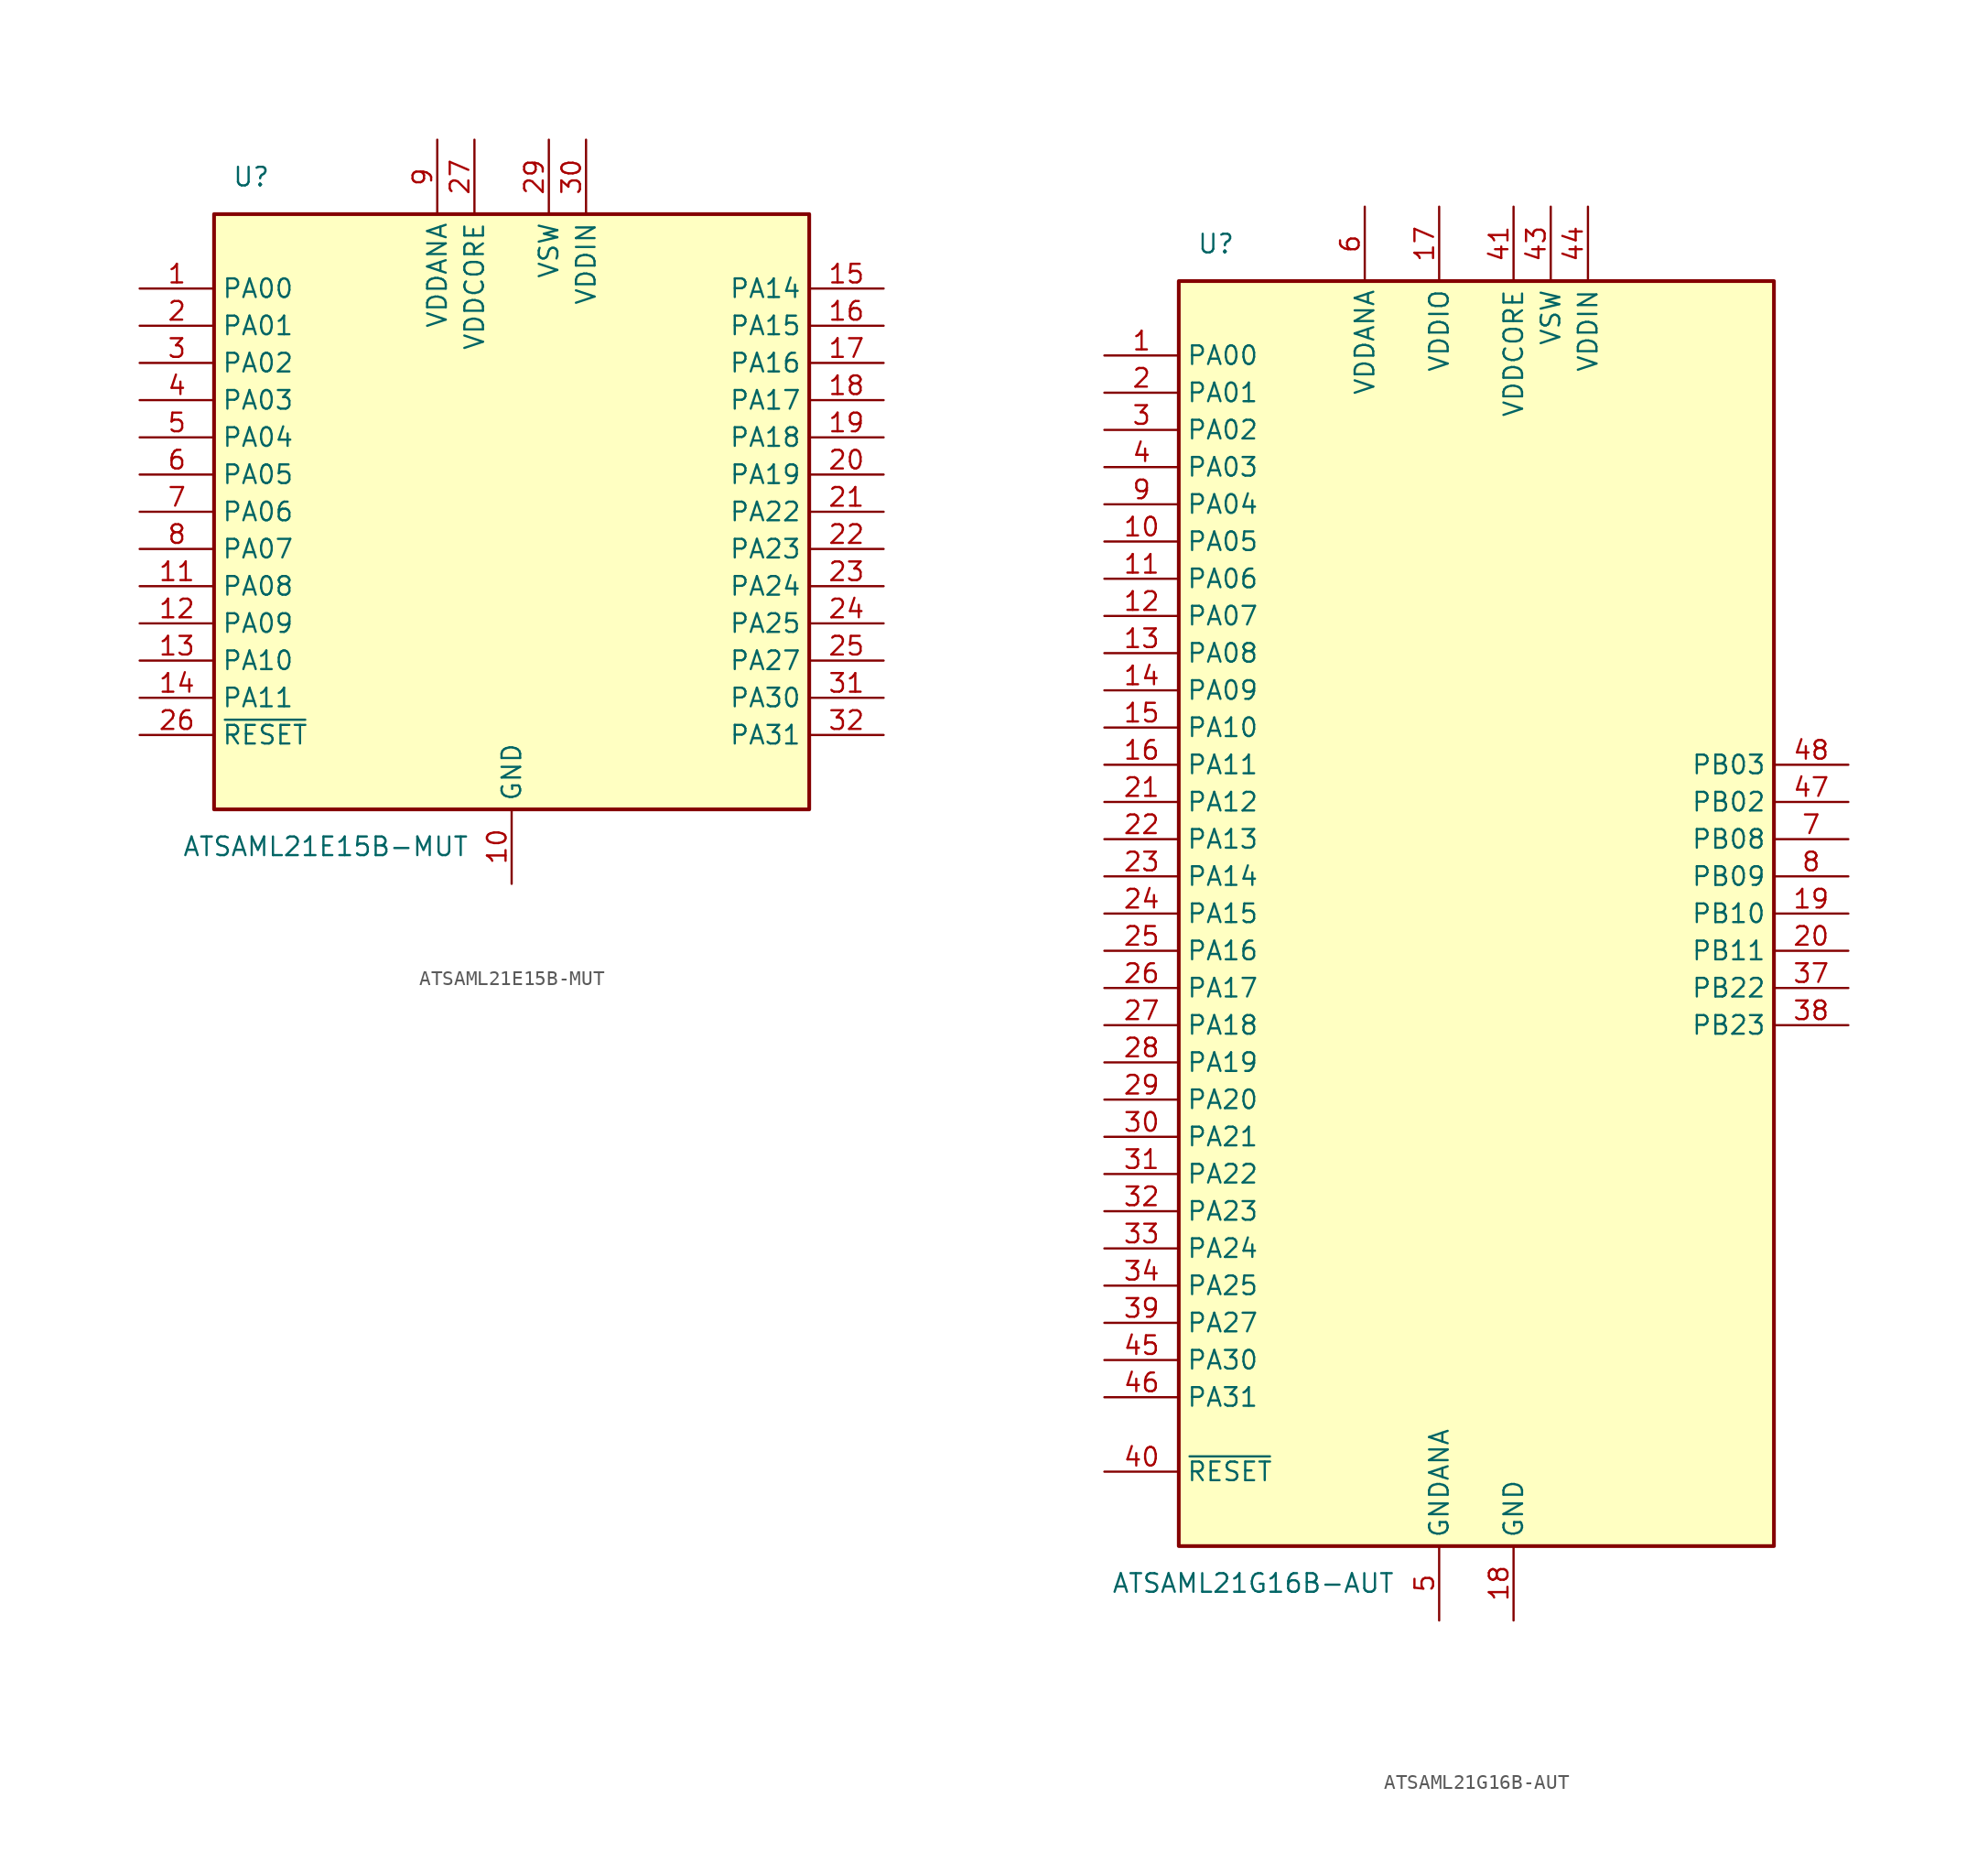
<source format=kicad_sym>
(kicad_symbol_lib
  (version 20211014)
  (generator kicad_symbol_editor)
  (symbol "ATSAML21E15B-MUT"
    (property "Reference" "U"
      (at -17.78 22.86 0)
      (effects (font (size 1.27 1.27))))
    (property "Value" "ATSAML21E15B-MUT"
      (at -12.7 -22.86 0)
      (effects (font (size 1.27 1.27))))
    (symbol "ATSAML21E15B-MUT_0_1"
      (rectangle (start -20.32 20.32) (end 20.32 -20.32) (stroke (width 0.254) (type default) (color 0 0 0 0)) (fill (type background))))
    (symbol "ATSAML21E15B-MUT_1_1"
      (pin bidirectional line (at -25.4 15.24 0) (length 5.08) (name "PA00" (effects (font (size 1.27 1.27)))) (number "1" (effects (font (size 1.27 1.27)))))
      (pin power_in line (at 0 -25.4 90) (length 5.08) (name "GND" (effects (font (size 1.27 1.27)))) (number "10" (effects (font (size 1.27 1.27)))))
      (pin bidirectional line (at -25.4 -5.08 0) (length 5.08) (name "PA08" (effects (font (size 1.27 1.27)))) (number "11" (effects (font (size 1.27 1.27)))))
      (pin bidirectional line (at -25.4 -7.62 0) (length 5.08) (name "PA09" (effects (font (size 1.27 1.27)))) (number "12" (effects (font (size 1.27 1.27)))))
      (pin bidirectional line (at -25.4 -10.16 0) (length 5.08) (name "PA10" (effects (font (size 1.27 1.27)))) (number "13" (effects (font (size 1.27 1.27)))))
      (pin bidirectional line (at -25.4 -12.7 0) (length 5.08) (name "PA11" (effects (font (size 1.27 1.27)))) (number "14" (effects (font (size 1.27 1.27)))))
      (pin bidirectional line (at 25.4 15.24 180) (length 5.08) (name "PA14" (effects (font (size 1.27 1.27)))) (number "15" (effects (font (size 1.27 1.27)))))
      (pin bidirectional line (at 25.4 12.7 180) (length 5.08) (name "PA15" (effects (font (size 1.27 1.27)))) (number "16" (effects (font (size 1.27 1.27)))))
      (pin bidirectional line (at 25.4 10.16 180) (length 5.08) (name "PA16" (effects (font (size 1.27 1.27)))) (number "17" (effects (font (size 1.27 1.27)))))
      (pin bidirectional line (at 25.4 7.62 180) (length 5.08) (name "PA17" (effects (font (size 1.27 1.27)))) (number "18" (effects (font (size 1.27 1.27)))))
      (pin bidirectional line (at 25.4 5.08 180) (length 5.08) (name "PA18" (effects (font (size 1.27 1.27)))) (number "19" (effects (font (size 1.27 1.27)))))
      (pin bidirectional line (at -25.4 12.7 0) (length 5.08) (name "PA01" (effects (font (size 1.27 1.27)))) (number "2" (effects (font (size 1.27 1.27)))))
      (pin bidirectional line (at 25.4 2.54 180) (length 5.08) (name "PA19" (effects (font (size 1.27 1.27)))) (number "20" (effects (font (size 1.27 1.27)))))
      (pin bidirectional line (at 25.4 0 180) (length 5.08) (name "PA22" (effects (font (size 1.27 1.27)))) (number "21" (effects (font (size 1.27 1.27)))))
      (pin bidirectional line (at 25.4 -2.54 180) (length 5.08) (name "PA23" (effects (font (size 1.27 1.27)))) (number "22" (effects (font (size 1.27 1.27)))))
      (pin bidirectional line (at 25.4 -5.08 180) (length 5.08) (name "PA24" (effects (font (size 1.27 1.27)))) (number "23" (effects (font (size 1.27 1.27)))))
      (pin bidirectional line (at 25.4 -7.62 180) (length 5.08) (name "PA25" (effects (font (size 1.27 1.27)))) (number "24" (effects (font (size 1.27 1.27)))))
      (pin bidirectional line (at 25.4 -10.16 180) (length 5.08) (name "PA27" (effects (font (size 1.27 1.27)))) (number "25" (effects (font (size 1.27 1.27)))))
      (pin input line (at -25.4 -15.24 0) (length 5.08) (name "~{RESET}" (effects (font (size 1.27 1.27)))) (number "26" (effects (font (size 1.27 1.27)))))
      (pin power_in line (at -2.54 25.4 270) (length 5.08) (name "VDDCORE" (effects (font (size 1.27 1.27)))) (number "27" (effects (font (size 1.27 1.27)))))
      (pin passive line (at 0 -25.4 90) (length 5.08) hide (name "GND" (effects (font (size 1.27 1.27)))) (number "28" (effects (font (size 1.27 1.27)))))
      (pin power_out line (at 2.54 25.4 270) (length 5.08) (name "VSW" (effects (font (size 1.27 1.27)))) (number "29" (effects (font (size 1.27 1.27)))))
      (pin bidirectional line (at -25.4 10.16 0) (length 5.08) (name "PA02" (effects (font (size 1.27 1.27)))) (number "3" (effects (font (size 1.27 1.27)))))
      (pin power_in line (at 5.08 25.4 270) (length 5.08) (name "VDDIN" (effects (font (size 1.27 1.27)))) (number "30" (effects (font (size 1.27 1.27)))))
      (pin bidirectional line (at 25.4 -12.7 180) (length 5.08) (name "PA30" (effects (font (size 1.27 1.27)))) (number "31" (effects (font (size 1.27 1.27)))))
      (pin bidirectional line (at 25.4 -15.24 180) (length 5.08) (name "PA31" (effects (font (size 1.27 1.27)))) (number "32" (effects (font (size 1.27 1.27)))))
      (pin bidirectional line (at -25.4 7.62 0) (length 5.08) (name "PA03" (effects (font (size 1.27 1.27)))) (number "4" (effects (font (size 1.27 1.27)))))
      (pin bidirectional line (at -25.4 5.08 0) (length 5.08) (name "PA04" (effects (font (size 1.27 1.27)))) (number "5" (effects (font (size 1.27 1.27)))))
      (pin bidirectional line (at -25.4 2.54 0) (length 5.08) (name "PA05" (effects (font (size 1.27 1.27)))) (number "6" (effects (font (size 1.27 1.27)))))
      (pin bidirectional line (at -25.4 0 0) (length 5.08) (name "PA06" (effects (font (size 1.27 1.27)))) (number "7" (effects (font (size 1.27 1.27)))))
      (pin bidirectional line (at -25.4 -2.54 0) (length 5.08) (name "PA07" (effects (font (size 1.27 1.27)))) (number "8" (effects (font (size 1.27 1.27)))))
      (pin power_in line (at -5.08 25.4 270) (length 5.08) (name "VDDANA" (effects (font (size 1.27 1.27)))) (number "9" (effects (font (size 1.27 1.27)))))))
  (symbol "ATSAML21G16B-AUT"
    (property "Reference" "U"
      (at -17.78 45.72 0)
      (effects (font (size 1.27 1.27))))
    (property "Value" "ATSAML21G16B-AUT"
      (at -15.24 -45.72 0)
      (effects (font (size 1.27 1.27))))
    (symbol "ATSAML21G16B-AUT_0_1"
      (rectangle (start -20.32 43.18) (end 20.32 -43.18) (stroke (width 0.254) (type default) (color 0 0 0 0)) (fill (type background))))
    (symbol "ATSAML21G16B-AUT_1_1"
      (pin bidirectional line (at -25.4 38.1 0) (length 5.08) (name "PA00" (effects (font (size 1.27 1.27)))) (number "1" (effects (font (size 1.27 1.27)))))
      (pin bidirectional line (at -25.4 25.4 0) (length 5.08) (name "PA05" (effects (font (size 1.27 1.27)))) (number "10" (effects (font (size 1.27 1.27)))))
      (pin bidirectional line (at -25.4 22.86 0) (length 5.08) (name "PA06" (effects (font (size 1.27 1.27)))) (number "11" (effects (font (size 1.27 1.27)))))
      (pin bidirectional line (at -25.4 20.32 0) (length 5.08) (name "PA07" (effects (font (size 1.27 1.27)))) (number "12" (effects (font (size 1.27 1.27)))))
      (pin bidirectional line (at -25.4 17.78 0) (length 5.08) (name "PA08" (effects (font (size 1.27 1.27)))) (number "13" (effects (font (size 1.27 1.27)))))
      (pin bidirectional line (at -25.4 15.24 0) (length 5.08) (name "PA09" (effects (font (size 1.27 1.27)))) (number "14" (effects (font (size 1.27 1.27)))))
      (pin bidirectional line (at -25.4 12.7 0) (length 5.08) (name "PA10" (effects (font (size 1.27 1.27)))) (number "15" (effects (font (size 1.27 1.27)))))
      (pin bidirectional line (at -25.4 10.16 0) (length 5.08) (name "PA11" (effects (font (size 1.27 1.27)))) (number "16" (effects (font (size 1.27 1.27)))))
      (pin power_in line (at -2.54 48.26 270) (length 5.08) (name "VDDIO" (effects (font (size 1.27 1.27)))) (number "17" (effects (font (size 1.27 1.27)))))
      (pin power_in line (at 2.54 -48.26 90) (length 5.08) (name "GND" (effects (font (size 1.27 1.27)))) (number "18" (effects (font (size 1.27 1.27)))))
      (pin bidirectional line (at 25.4 0 180) (length 5.08) (name "PB10" (effects (font (size 1.27 1.27)))) (number "19" (effects (font (size 1.27 1.27)))))
      (pin bidirectional line (at -25.4 35.56 0) (length 5.08) (name "PA01" (effects (font (size 1.27 1.27)))) (number "2" (effects (font (size 1.27 1.27)))))
      (pin bidirectional line (at 25.4 -2.54 180) (length 5.08) (name "PB11" (effects (font (size 1.27 1.27)))) (number "20" (effects (font (size 1.27 1.27)))))
      (pin bidirectional line (at -25.4 7.62 0) (length 5.08) (name "PA12" (effects (font (size 1.27 1.27)))) (number "21" (effects (font (size 1.27 1.27)))))
      (pin bidirectional line (at -25.4 5.08 0) (length 5.08) (name "PA13" (effects (font (size 1.27 1.27)))) (number "22" (effects (font (size 1.27 1.27)))))
      (pin bidirectional line (at -25.4 2.54 0) (length 5.08) (name "PA14" (effects (font (size 1.27 1.27)))) (number "23" (effects (font (size 1.27 1.27)))))
      (pin bidirectional line (at -25.4 0 0) (length 5.08) (name "PA15" (effects (font (size 1.27 1.27)))) (number "24" (effects (font (size 1.27 1.27)))))
      (pin bidirectional line (at -25.4 -2.54 0) (length 5.08) (name "PA16" (effects (font (size 1.27 1.27)))) (number "25" (effects (font (size 1.27 1.27)))))
      (pin bidirectional line (at -25.4 -5.08 0) (length 5.08) (name "PA17" (effects (font (size 1.27 1.27)))) (number "26" (effects (font (size 1.27 1.27)))))
      (pin bidirectional line (at -25.4 -7.62 0) (length 5.08) (name "PA18" (effects (font (size 1.27 1.27)))) (number "27" (effects (font (size 1.27 1.27)))))
      (pin bidirectional line (at -25.4 -10.16 0) (length 5.08) (name "PA19" (effects (font (size 1.27 1.27)))) (number "28" (effects (font (size 1.27 1.27)))))
      (pin bidirectional line (at -25.4 -12.7 0) (length 5.08) (name "PA20" (effects (font (size 1.27 1.27)))) (number "29" (effects (font (size 1.27 1.27)))))
      (pin bidirectional line (at -25.4 33.02 0) (length 5.08) (name "PA02" (effects (font (size 1.27 1.27)))) (number "3" (effects (font (size 1.27 1.27)))))
      (pin bidirectional line (at -25.4 -15.24 0) (length 5.08) (name "PA21" (effects (font (size 1.27 1.27)))) (number "30" (effects (font (size 1.27 1.27)))))
      (pin bidirectional line (at -25.4 -17.78 0) (length 5.08) (name "PA22" (effects (font (size 1.27 1.27)))) (number "31" (effects (font (size 1.27 1.27)))))
      (pin bidirectional line (at -25.4 -20.32 0) (length 5.08) (name "PA23" (effects (font (size 1.27 1.27)))) (number "32" (effects (font (size 1.27 1.27)))))
      (pin bidirectional line (at -25.4 -22.86 0) (length 5.08) (name "PA24" (effects (font (size 1.27 1.27)))) (number "33" (effects (font (size 1.27 1.27)))))
      (pin bidirectional line (at -25.4 -25.4 0) (length 5.08) (name "PA25" (effects (font (size 1.27 1.27)))) (number "34" (effects (font (size 1.27 1.27)))))
      (pin passive line (at 2.54 -48.26 90) (length 5.08) hide (name "GND" (effects (font (size 1.27 1.27)))) (number "35" (effects (font (size 1.27 1.27)))))
      (pin passive line (at -2.54 48.26 270) (length 5.08) hide (name "VDDIO" (effects (font (size 1.27 1.27)))) (number "36" (effects (font (size 1.27 1.27)))))
      (pin bidirectional line (at 25.4 -5.08 180) (length 5.08) (name "PB22" (effects (font (size 1.27 1.27)))) (number "37" (effects (font (size 1.27 1.27)))))
      (pin bidirectional line (at 25.4 -7.62 180) (length 5.08) (name "PB23" (effects (font (size 1.27 1.27)))) (number "38" (effects (font (size 1.27 1.27)))))
      (pin bidirectional line (at -25.4 -27.94 0) (length 5.08) (name "PA27" (effects (font (size 1.27 1.27)))) (number "39" (effects (font (size 1.27 1.27)))))
      (pin bidirectional line (at -25.4 30.48 0) (length 5.08) (name "PA03" (effects (font (size 1.27 1.27)))) (number "4" (effects (font (size 1.27 1.27)))))
      (pin input line (at -25.4 -38.1 0) (length 5.08) (name "~{RESET}" (effects (font (size 1.27 1.27)))) (number "40" (effects (font (size 1.27 1.27)))))
      (pin bidirectional line (at 2.54 48.26 270) (length 5.08) (name "VDDCORE" (effects (font (size 1.27 1.27)))) (number "41" (effects (font (size 1.27 1.27)))))
      (pin passive line (at 2.54 -48.26 90) (length 5.08) hide (name "GND" (effects (font (size 1.27 1.27)))) (number "42" (effects (font (size 1.27 1.27)))))
      (pin bidirectional line (at 5.08 48.26 270) (length 5.08) (name "VSW" (effects (font (size 1.27 1.27)))) (number "43" (effects (font (size 1.27 1.27)))))
      (pin bidirectional line (at 7.62 48.26 270) (length 5.08) (name "VDDIN" (effects (font (size 1.27 1.27)))) (number "44" (effects (font (size 1.27 1.27)))))
      (pin bidirectional line (at -25.4 -30.48 0) (length 5.08) (name "PA30" (effects (font (size 1.27 1.27)))) (number "45" (effects (font (size 1.27 1.27)))))
      (pin bidirectional line (at -25.4 -33.02 0) (length 5.08) (name "PA31" (effects (font (size 1.27 1.27)))) (number "46" (effects (font (size 1.27 1.27)))))
      (pin bidirectional line (at 25.4 7.62 180) (length 5.08) (name "PB02" (effects (font (size 1.27 1.27)))) (number "47" (effects (font (size 1.27 1.27)))))
      (pin bidirectional line (at 25.4 10.16 180) (length 5.08) (name "PB03" (effects (font (size 1.27 1.27)))) (number "48" (effects (font (size 1.27 1.27)))))
      (pin power_in line (at -2.54 -48.26 90) (length 5.08) (name "GNDANA" (effects (font (size 1.27 1.27)))) (number "5" (effects (font (size 1.27 1.27)))))
      (pin bidirectional line (at -7.62 48.26 270) (length 5.08) (name "VDDANA" (effects (font (size 1.27 1.27)))) (number "6" (effects (font (size 1.27 1.27)))))
      (pin bidirectional line (at 25.4 5.08 180) (length 5.08) (name "PB08" (effects (font (size 1.27 1.27)))) (number "7" (effects (font (size 1.27 1.27)))))
      (pin bidirectional line (at 25.4 2.54 180) (length 5.08) (name "PB09" (effects (font (size 1.27 1.27)))) (number "8" (effects (font (size 1.27 1.27)))))
      (pin bidirectional line (at -25.4 27.94 0) (length 5.08) (name "PA04" (effects (font (size 1.27 1.27)))) (number "9" (effects (font (size 1.27 1.27))))))))
</source>
